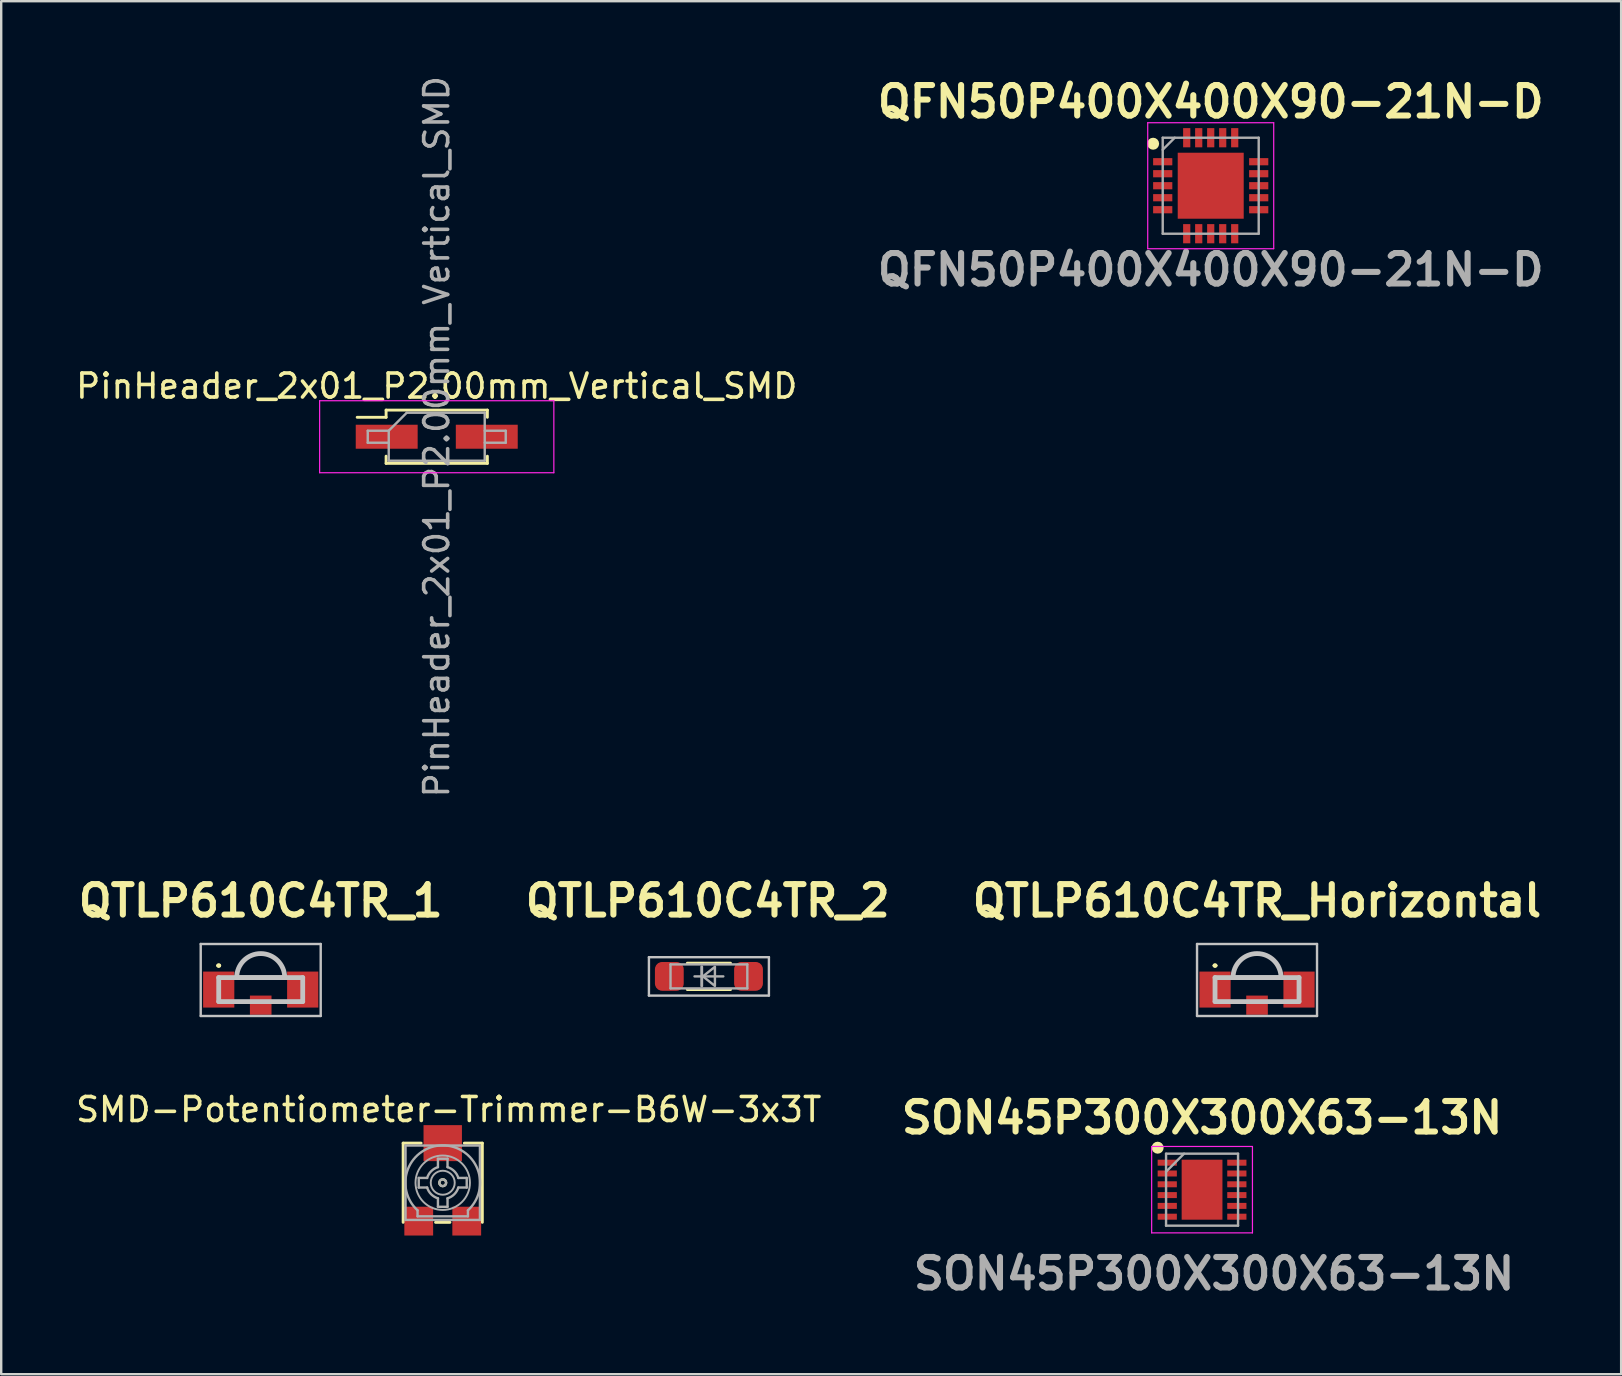
<source format=kicad_pcb>
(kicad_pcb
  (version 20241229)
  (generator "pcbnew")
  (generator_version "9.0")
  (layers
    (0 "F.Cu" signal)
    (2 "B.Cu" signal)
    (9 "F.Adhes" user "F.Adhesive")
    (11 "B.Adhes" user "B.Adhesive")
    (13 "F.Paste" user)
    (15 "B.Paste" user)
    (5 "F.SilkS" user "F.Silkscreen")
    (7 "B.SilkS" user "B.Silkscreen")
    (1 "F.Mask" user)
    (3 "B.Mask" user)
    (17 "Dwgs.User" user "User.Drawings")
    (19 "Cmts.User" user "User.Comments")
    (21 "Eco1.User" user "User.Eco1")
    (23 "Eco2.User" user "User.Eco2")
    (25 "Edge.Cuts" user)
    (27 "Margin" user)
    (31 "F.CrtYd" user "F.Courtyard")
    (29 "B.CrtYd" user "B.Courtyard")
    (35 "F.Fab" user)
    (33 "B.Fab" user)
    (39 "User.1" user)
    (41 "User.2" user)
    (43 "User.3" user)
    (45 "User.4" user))
  (footprint "SMD-Potentiometer-Trimmer-B6W-3x3T"
    (layer "F.Cu")
    (at 15.399 46.235)
    (property "Reference" "SMD-Potentiometer-Trimmer-B6W-3x3T" (at 0.25 -3.05 0) (layer "F.SilkS") (effects (font (size 1 1) (thickness 0.15))))
    (attr through_hole)
    (fp_line (start -1.65 -1.65) (end -1.65 1.65) (stroke (width 0.12) (type solid)) (layer "F.SilkS"))
    (fp_line (start -0.9 -1.65) (end -1.65 -1.65) (stroke (width 0.12) (type solid)) (layer "F.SilkS"))
    (fp_line (start -0.3 1.65) (end 0.3 1.65) (stroke (width 0.12) (type solid)) (layer "F.SilkS"))
    (fp_line (start 0.9 -1.65) (end 1.65 -1.65) (stroke (width 0.12) (type solid)) (layer "F.SilkS"))
    (fp_line (start 1.65 -1.65) (end 1.65 1.65) (stroke (width 0.12) (type solid)) (layer "F.SilkS"))
    (fp_circle (center 0 0) (end 0.1 -0.1) (stroke (width 0.1) (type solid)) (fill no) (layer "F.SilkS"))
    (fp_line (start -1.55 -1.55) (end -1.55 1.55) (stroke (width 0.1) (type solid)) (layer "F.Fab"))
    (fp_line (start -1.05 1.15) (end -1.05 1.4) (stroke (width 0.1) (type solid)) (layer "F.Fab"))
    (fp_line (start -1.05 1.4) (end 1.05 1.4) (stroke (width 0.1) (type solid)) (layer "F.Fab"))
    (fp_line (start -1 -0.2) (end -0.65 -0.2) (stroke (width 0.1) (type solid)) (layer "F.Fab"))
    (fp_line (start -1 0.2) (end -1 -0.2) (stroke (width 0.1) (type solid)) (layer "F.Fab"))
    (fp_line (start -1 0.2) (end -0.65 0.2) (stroke (width 0.1) (type solid)) (layer "F.Fab"))
    (fp_line (start -0.2 -1) (end -0.2 -0.65) (stroke (width 0.1) (type solid)) (layer "F.Fab"))
    (fp_line (start -0.2 -1) (end 0.2 -1) (stroke (width 0.1) (type solid)) (layer "F.Fab"))
    (fp_line (start -0.2 1) (end -0.2 0.65) (stroke (width 0.1) (type solid)) (layer "F.Fab"))
    (fp_line (start 0.199 1.002) (end -0.201 1.002) (stroke (width 0.1) (type solid)) (layer "F.Fab"))
    (fp_line (start 0.2 -1) (end 0.2 -0.65) (stroke (width 0.1) (type solid)) (layer "F.Fab"))
    (fp_line (start 0.2 1) (end 0.2 0.65) (stroke (width 0.1) (type solid)) (layer "F.Fab"))
    (fp_line (start 1 -0.2) (end 0.65 -0.2) (stroke (width 0.1) (type solid)) (layer "F.Fab"))
    (fp_line (start 1 -0.2) (end 1 0.2) (stroke (width 0.1) (type solid)) (layer "F.Fab"))
    (fp_line (start 1 0.2) (end 0.65 0.2) (stroke (width 0.1) (type solid)) (layer "F.Fab"))
    (fp_line (start 1.05 1.4) (end 1.05 1.15) (stroke (width 0.1) (type solid)) (layer "F.Fab"))
    (fp_line (start 1.55 -1.55) (end -1.55 -1.55) (stroke (width 0.1) (type solid)) (layer "F.Fab"))
    (fp_line (start 1.55 -1.55) (end 1.55 1.55) (stroke (width 0.1) (type solid)) (layer "F.Fab"))
    (fp_line (start 1.55 1.55) (end -1.55 1.55) (stroke (width 0.1) (type solid)) (layer "F.Fab"))
    (fp_arc (start -1.050003 1.149997) (mid 0.000002 -1.557241) (end 1.05 1.15) (stroke (width 0.1) (type solid)) (layer "F.Fab"))
    (fp_arc (start -0.650713 -0.197668) (mid -0.481746 -0.480022) (end -0.2 -0.65) (stroke (width 0.1) (type solid)) (layer "F.Fab"))
    (fp_arc (start -0.197668 0.650713) (mid -0.480022 0.481746) (end -0.65 0.2) (stroke (width 0.1) (type solid)) (layer "F.Fab"))
    (fp_arc (start 0.2 -0.65) (mid 0.481746 -0.480022) (end 0.650713 -0.197668) (stroke (width 0.1) (type solid)) (layer "F.Fab"))
    (fp_arc (start 0.65 0.2) (mid 0.480022 0.481746) (end 0.197668 0.650713) (stroke (width 0.1) (type solid)) (layer "F.Fab"))
    (fp_circle (center 0 0) (end 0.1 -0.1) (stroke (width 0.1) (type solid)) (fill no) (layer "F.Fab"))
    (fp_circle (center 0 0) (end 0.5 0) (stroke (width 0.08) (type solid)) (fill no) (layer "F.Fab"))
    (fp_circle (center 0 0) (end 1.134 0) (stroke (width 0.08) (type solid)) (fill no) (layer "F.Fab"))
    (pad "1" smd rect (at -1 1.6) (size 1.2 1.2) (layers "F.Cu" "F.Mask" "F.Paste"))
    (pad "2" smd rect (at 0 -1.65) (size 1.6 1.5) (layers "F.Cu" "F.Mask" "F.Paste"))
    (pad "3" smd rect (at 1 1.6) (size 1.2 1.2) (layers "F.Cu" "F.Mask" "F.Paste")))
  (footprint "QTLP610C4TR_1"
    (layer "F.Cu")
    (at 7.814 37.686)
    (property "Reference" "QTLP610C4TR_1" (at 0 -3.2 0) (layer "F.SilkS") (effects (font (size 1.27 1.27) (thickness 0.254))))
    (attr smd)
    (fp_line (start -1.8 -0.5) (end -1.8 -0.5) (stroke (width 0.1) (type solid)) (layer "F.SilkS"))
    (fp_line (start -1.7 -0.5) (end -1.7 -0.5) (stroke (width 0.1) (type solid)) (layer "F.SilkS"))
    (fp_line (start -0.8 0) (end 0.8 0) (stroke (width 0.1) (type solid)) (layer "F.SilkS"))
    (fp_line (start -0.1 -1) (end 0.1 -1) (stroke (width 0.1) (type solid)) (layer "F.SilkS"))
    (fp_arc (start -1.8 -0.5) (mid -1.75 -0.55) (end -1.7 -0.5) (stroke (width 0.1) (type solid)) (layer "F.SilkS"))
    (fp_arc (start -1.7 -0.5) (mid -1.75 -0.45) (end -1.8 -0.5) (stroke (width 0.1) (type solid)) (layer "F.SilkS"))
    (fp_line (start -2.5 -1.4) (end 2.5 -1.4) (stroke (width 0.1) (type solid)) (layer "Dwgs.User"))
    (fp_line (start -2.5 1.6) (end -2.5 -1.4) (stroke (width 0.1) (type solid)) (layer "Dwgs.User"))
    (fp_line (start -1.75 0) (end 1.75 0) (stroke (width 0.2) (type solid)) (layer "Dwgs.User"))
    (fp_line (start -1.75 1) (end -1.75 0) (stroke (width 0.2) (type solid)) (layer "Dwgs.User"))
    (fp_line (start -1 0) (end 1 0) (stroke (width 0.2) (type solid)) (layer "Dwgs.User"))
    (fp_line (start 1 0) (end 1 0) (stroke (width 0.2) (type solid)) (layer "Dwgs.User"))
    (fp_line (start 1.75 0) (end 1.75 1) (stroke (width 0.2) (type solid)) (layer "Dwgs.User"))
    (fp_line (start 1.75 1) (end -1.75 1) (stroke (width 0.2) (type solid)) (layer "Dwgs.User"))
    (fp_line (start 2.5 -1.4) (end 2.5 1.6) (stroke (width 0.1) (type solid)) (layer "Dwgs.User"))
    (fp_line (start 2.5 1.6) (end -2.5 1.6) (stroke (width 0.1) (type solid)) (layer "Dwgs.User"))
    (fp_arc (start -1 0) (mid 0 -1) (end 1 0) (stroke (width 0.2) (type solid)) (layer "Dwgs.User"))
    (pad "1" smd rect (at -1.75 0.5 90) (size 1.5 1.3) (layers "F.Cu" "F.Mask" "F.Paste"))
    (pad "2" smd rect (at 1.75 0.5 90) (size 1.5 1.3) (layers "F.Cu" "F.Mask" "F.Paste"))
    (pad "3" smd rect (at 0 1.15 90) (size 0.8 0.9) (layers "F.Cu" "F.Mask" "F.Paste")))
  (footprint "QTLP610C4TR_2"
    (layer "F.Cu")
    (at 26.491 37.636)
    (property "Reference" "QTLP610C4TR_2" (at -0.05 -3.15 0) (layer "F.SilkS") (effects (font (size 1.27 1.27) (thickness 0.254))))
    (attr smd)
    (fp_line (start -0.9 -0.55) (end 0.9 -0.55) (stroke (width 0.12) (type solid)) (layer "F.SilkS"))
    (fp_line (start -0.9 0.55) (end 0.9 0.55) (stroke (width 0.12) (type solid)) (layer "F.SilkS"))
    (fp_line (start -2.5 -0.8) (end 2.5 -0.8) (stroke (width 0.1) (type solid)) (layer "Dwgs.User"))
    (fp_line (start -2.5 0.8) (end -2.5 -0.8) (stroke (width 0.1) (type solid)) (layer "Dwgs.User"))
    (fp_line (start 2.5 -0.8) (end 2.5 0.8) (stroke (width 0.1) (type solid)) (layer "Dwgs.User"))
    (fp_line (start 2.5 0.8) (end -2.5 0.8) (stroke (width 0.1) (type solid)) (layer "Dwgs.User"))
    (fp_line (start -1.6 -0.5) (end 1.6 -0.5) (stroke (width 0.1) (type solid)) (layer "F.Fab"))
    (fp_line (start -1.6 0.5) (end -1.6 -0.5) (stroke (width 0.1) (type solid)) (layer "F.Fab"))
    (fp_line (start -0.6 0) (end 0.6 0) (stroke (width 0.1) (type solid)) (layer "F.Fab"))
    (fp_line (start -0.3 -0.4) (end -0.3 0.4) (stroke (width 0.12) (type solid)) (layer "F.Fab"))
    (fp_line (start 1.6 -0.5) (end 1.6 0.5) (stroke (width 0.1) (type solid)) (layer "F.Fab"))
    (fp_line (start 1.6 0.5) (end -1.6 0.5) (stroke (width 0.1) (type solid)) (layer "F.Fab"))
    (fp_poly (pts (xy -0.25 0) (xy 0.25 -0.4) (xy 0.25 0.4)) (stroke (width 0.1) (type solid)) (fill no) (layer "F.Fab"))
    (pad "1" smd roundrect (at -1.65 0 90) (size 1.2 1.2) (layers "F.Cu" "F.Mask" "F.Paste") (roundrect_rratio 0.25))
    (pad "2" smd roundrect (at 1.65 0 90) (size 1.2 1.2) (layers "F.Cu" "F.Mask" "F.Paste") (roundrect_rratio 0.25)))
  (footprint "SON45P300X300X63-13N"
    (layer "F.Cu")
    (at 47.04 46.525)
    (property "Reference" "SON45P300X300X63-13N" (at 0 -3 0) (layer "F.SilkS") (effects (font (size 1.27 1.27) (thickness 0.254))))
    (attr smd)
    (fp_circle (center -1.85 -1.75) (end -1.85 -1.625) (stroke (width 0.25) (type solid)) (fill no) (layer "F.SilkS"))
    (fp_line (start -2.1 -1.8) (end 2.1 -1.8) (stroke (width 0.05) (type solid)) (layer "F.CrtYd"))
    (fp_line (start -2.1 1.8) (end -2.1 -1.8) (stroke (width 0.05) (type solid)) (layer "F.CrtYd"))
    (fp_line (start 2.1 -1.8) (end 2.1 1.8) (stroke (width 0.05) (type solid)) (layer "F.CrtYd"))
    (fp_line (start 2.1 1.8) (end -2.1 1.8) (stroke (width 0.05) (type solid)) (layer "F.CrtYd"))
    (fp_line (start -1.5 -1.5) (end 1.5 -1.5) (stroke (width 0.1) (type solid)) (layer "F.Fab"))
    (fp_line (start -1.5 -0.75) (end -0.75 -1.5) (stroke (width 0.1) (type solid)) (layer "F.Fab"))
    (fp_line (start -1.5 1.5) (end -1.5 -1.5) (stroke (width 0.1) (type solid)) (layer "F.Fab"))
    (fp_line (start 1.5 -1.5) (end 1.5 1.5) (stroke (width 0.1) (type solid)) (layer "F.Fab"))
    (fp_line (start 1.5 1.5) (end -1.5 1.5) (stroke (width 0.1) (type solid)) (layer "F.Fab"))
    (fp_text user "${REFERENCE}" (at 0.5 3.5 0) (layer "F.Fab") (effects (font (size 1.27 1.27) (thickness 0.254))))
    (pad "1" smd rect (at -1.45 -1.125 90) (size 0.25 0.8) (layers "F.Cu" "F.Mask" "F.Paste"))
    (pad "2" smd rect (at -1.45 -0.675 90) (size 0.25 0.8) (layers "F.Cu" "F.Mask" "F.Paste"))
    (pad "3" smd rect (at -1.45 -0.225 90) (size 0.25 0.8) (layers "F.Cu" "F.Mask" "F.Paste"))
    (pad "4" smd rect (at -1.45 0.225 90) (size 0.25 0.8) (layers "F.Cu" "F.Mask" "F.Paste"))
    (pad "5" smd rect (at -1.45 0.675 90) (size 0.25 0.8) (layers "F.Cu" "F.Mask" "F.Paste"))
    (pad "6" smd rect (at -1.45 1.125 90) (size 0.25 0.8) (layers "F.Cu" "F.Mask" "F.Paste"))
    (pad "7" smd rect (at 1.45 1.125 90) (size 0.25 0.8) (layers "F.Cu" "F.Mask" "F.Paste"))
    (pad "8" smd rect (at 1.45 0.675 90) (size 0.25 0.8) (layers "F.Cu" "F.Mask" "F.Paste"))
    (pad "9" smd rect (at 1.45 0.225 90) (size 0.25 0.8) (layers "F.Cu" "F.Mask" "F.Paste"))
    (pad "10" smd rect (at 1.45 -0.225 90) (size 0.25 0.8) (layers "F.Cu" "F.Mask" "F.Paste"))
    (pad "11" smd rect (at 1.45 -0.675 90) (size 0.25 0.8) (layers "F.Cu" "F.Mask" "F.Paste"))
    (pad "12" smd rect (at 1.45 -1.125 90) (size 0.25 0.8) (layers "F.Cu" "F.Mask" "F.Paste"))
    (pad "13" smd rect (at 0 0) (size 1.7 2.5) (layers "F.Cu" "F.Mask" "F.Paste")))
  (footprint "QTLP610C4TR_Horizontal"
    (layer "F.Cu")
    (at 49.331 37.686)
    (property "Reference" "QTLP610C4TR_Horizontal" (at 0 -3.2 0) (layer "F.SilkS") (effects (font (size 1.27 1.27) (thickness 0.254))))
    (attr smd)
    (fp_line (start -1.8 -0.5) (end -1.8 -0.5) (stroke (width 0.1) (type solid)) (layer "F.SilkS"))
    (fp_line (start -1.7 -0.5) (end -1.7 -0.5) (stroke (width 0.1) (type solid)) (layer "F.SilkS"))
    (fp_line (start -0.8 0) (end 0.8 0) (stroke (width 0.1) (type solid)) (layer "F.SilkS"))
    (fp_line (start -0.1 -1) (end 0.1 -1) (stroke (width 0.1) (type solid)) (layer "F.SilkS"))
    (fp_arc (start -1.8 -0.5) (mid -1.75 -0.55) (end -1.7 -0.5) (stroke (width 0.1) (type solid)) (layer "F.SilkS"))
    (fp_arc (start -1.7 -0.5) (mid -1.75 -0.45) (end -1.8 -0.5) (stroke (width 0.1) (type solid)) (layer "F.SilkS"))
    (fp_line (start -2.5 -1.4) (end 2.5 -1.4) (stroke (width 0.1) (type solid)) (layer "Dwgs.User"))
    (fp_line (start -2.5 1.6) (end -2.5 -1.4) (stroke (width 0.1) (type solid)) (layer "Dwgs.User"))
    (fp_line (start -1.75 0) (end 1.75 0) (stroke (width 0.2) (type solid)) (layer "Dwgs.User"))
    (fp_line (start -1.75 1) (end -1.75 0) (stroke (width 0.2) (type solid)) (layer "Dwgs.User"))
    (fp_line (start -1 0) (end 1 0) (stroke (width 0.2) (type solid)) (layer "Dwgs.User"))
    (fp_line (start 1 0) (end 1 0) (stroke (width 0.2) (type solid)) (layer "Dwgs.User"))
    (fp_line (start 1.75 0) (end 1.75 1) (stroke (width 0.2) (type solid)) (layer "Dwgs.User"))
    (fp_line (start 1.75 1) (end -1.75 1) (stroke (width 0.2) (type solid)) (layer "Dwgs.User"))
    (fp_line (start 2.5 -1.4) (end 2.5 1.6) (stroke (width 0.1) (type solid)) (layer "Dwgs.User"))
    (fp_line (start 2.5 1.6) (end -2.5 1.6) (stroke (width 0.1) (type solid)) (layer "Dwgs.User"))
    (fp_arc (start -1 0) (mid 0 -1) (end 1 0) (stroke (width 0.2) (type solid)) (layer "Dwgs.User"))
    (pad "1" smd rect (at -1.75 0.5 90) (size 1.5 1.3) (layers "F.Cu" "F.Mask" "F.Paste"))
    (pad "2" smd rect (at 1.75 0.5 90) (size 1.5 1.3) (layers "F.Cu" "F.Mask" "F.Paste"))
    (pad "3" smd rect (at 0 1.15 90) (size 0.8 0.9) (layers "F.Cu" "F.Mask" "F.Paste")))
  (footprint "QFN50P400X400X90-21N-D"
    (layer "F.Cu")
    (at 47.401 4.689)
    (property "Reference" "QFN50P400X400X90-21N-D" (at 0 -3.5 0) (layer "F.SilkS") (effects (font (size 1.27 1.27) (thickness 0.254))))
    (attr smd)
    (fp_circle (center -2.4 -1.75) (end -2.4 -1.625) (stroke (width 0.25) (type solid)) (fill no) (layer "F.SilkS"))
    (fp_line (start -2.625 -2.625) (end 2.625 -2.625) (stroke (width 0.05) (type solid)) (layer "F.CrtYd"))
    (fp_line (start -2.625 2.625) (end -2.625 -2.625) (stroke (width 0.05) (type solid)) (layer "F.CrtYd"))
    (fp_line (start 2.625 -2.625) (end 2.625 2.625) (stroke (width 0.05) (type solid)) (layer "F.CrtYd"))
    (fp_line (start 2.625 2.625) (end -2.625 2.625) (stroke (width 0.05) (type solid)) (layer "F.CrtYd"))
    (fp_line (start -2 -2) (end 2 -2) (stroke (width 0.1) (type solid)) (layer "F.Fab"))
    (fp_line (start -2 -1.5) (end -1.5 -2) (stroke (width 0.1) (type solid)) (layer "F.Fab"))
    (fp_line (start -2 2) (end -2 -2) (stroke (width 0.1) (type solid)) (layer "F.Fab"))
    (fp_line (start 2 -2) (end 2 2) (stroke (width 0.1) (type solid)) (layer "F.Fab"))
    (fp_line (start 2 2) (end -2 2) (stroke (width 0.1) (type solid)) (layer "F.Fab"))
    (fp_text user "${REFERENCE}" (at 0 3.5 0) (layer "F.Fab") (effects (font (size 1.27 1.27) (thickness 0.254))))
    (pad "1" smd rect (at -2 -1 90) (size 0.3 0.8) (layers "F.Cu" "F.Mask" "F.Paste"))
    (pad "2" smd rect (at -2 -0.5 90) (size 0.3 0.8) (layers "F.Cu" "F.Mask" "F.Paste"))
    (pad "3" smd rect (at -2 0 90) (size 0.3 0.8) (layers "F.Cu" "F.Mask" "F.Paste"))
    (pad "4" smd rect (at -2 0.5 90) (size 0.3 0.8) (layers "F.Cu" "F.Mask" "F.Paste"))
    (pad "5" smd rect (at -2 1 90) (size 0.3 0.8) (layers "F.Cu" "F.Mask" "F.Paste"))
    (pad "6" smd rect (at -1 2) (size 0.3 0.8) (layers "F.Cu" "F.Mask" "F.Paste"))
    (pad "7" smd rect (at -0.5 2) (size 0.3 0.8) (layers "F.Cu" "F.Mask" "F.Paste"))
    (pad "8" smd rect (at 0 2) (size 0.3 0.8) (layers "F.Cu" "F.Mask" "F.Paste"))
    (pad "9" smd rect (at 0.5 2) (size 0.3 0.8) (layers "F.Cu" "F.Mask" "F.Paste"))
    (pad "10" smd rect (at 1 2) (size 0.3 0.8) (layers "F.Cu" "F.Mask" "F.Paste"))
    (pad "11" smd rect (at 2 1 90) (size 0.3 0.8) (layers "F.Cu" "F.Mask" "F.Paste"))
    (pad "12" smd rect (at 2 0.5 90) (size 0.3 0.8) (layers "F.Cu" "F.Mask" "F.Paste"))
    (pad "13" smd rect (at 2 0 90) (size 0.3 0.8) (layers "F.Cu" "F.Mask" "F.Paste"))
    (pad "14" smd rect (at 2 -0.5 90) (size 0.3 0.8) (layers "F.Cu" "F.Mask" "F.Paste"))
    (pad "15" smd rect (at 2 -1 90) (size 0.3 0.8) (layers "F.Cu" "F.Mask" "F.Paste"))
    (pad "16" smd rect (at 1 -2) (size 0.3 0.8) (layers "F.Cu" "F.Mask" "F.Paste"))
    (pad "17" smd rect (at 0.5 -2) (size 0.3 0.8) (layers "F.Cu" "F.Mask" "F.Paste"))
    (pad "18" smd rect (at 0 -2) (size 0.3 0.8) (layers "F.Cu" "F.Mask" "F.Paste"))
    (pad "19" smd rect (at -0.5 -2) (size 0.3 0.8) (layers "F.Cu" "F.Mask" "F.Paste"))
    (pad "20" smd rect (at -1 -2) (size 0.3 0.8) (layers "F.Cu" "F.Mask" "F.Paste"))
    (pad "21" smd rect (at 0 0) (size 2.75 2.75) (layers "F.Cu" "F.Mask" "F.Paste")))
  (footprint "PinHeader_2x01_P2.00mm_Vertical_SMD"
    (layer "F.Cu")
    (at 15.149 15.149)
    (property "Reference" "PinHeader_2x01_P2.00mm_Vertical_SMD" (at 0 -2.11 0) (layer "F.SilkS") (effects (font (size 1 1) (thickness 0.15))))
    (attr smd)
    (fp_line (start -3.315 -0.81) (end -2.11 -0.81) (stroke (width 0.12) (type solid)) (layer "F.SilkS"))
    (fp_line (start -2.11 -1.11) (end -2.11 -0.81) (stroke (width 0.12) (type solid)) (layer "F.SilkS"))
    (fp_line (start -2.11 -1.11) (end 2.11 -1.11) (stroke (width 0.12) (type solid)) (layer "F.SilkS"))
    (fp_line (start -2.11 0.81) (end -2.11 1.11) (stroke (width 0.12) (type solid)) (layer "F.SilkS"))
    (fp_line (start -2.11 1.11) (end 2.11 1.11) (stroke (width 0.12) (type solid)) (layer "F.SilkS"))
    (fp_line (start 2.11 -1.11) (end 2.11 -0.81) (stroke (width 0.12) (type solid)) (layer "F.SilkS"))
    (fp_line (start 2.11 0.81) (end 2.11 1.11) (stroke (width 0.12) (type solid)) (layer "F.SilkS"))
    (fp_line (start -4.88 -1.5) (end -4.88 1.5) (stroke (width 0.05) (type solid)) (layer "F.CrtYd"))
    (fp_line (start -4.88 1.5) (end 4.88 1.5) (stroke (width 0.05) (type solid)) (layer "F.CrtYd"))
    (fp_line (start 4.88 -1.5) (end -4.88 -1.5) (stroke (width 0.05) (type solid)) (layer "F.CrtYd"))
    (fp_line (start 4.88 1.5) (end 4.88 -1.5) (stroke (width 0.05) (type solid)) (layer "F.CrtYd"))
    (fp_line (start -2.875 -0.25) (end -2.875 0.25) (stroke (width 0.1) (type solid)) (layer "F.Fab"))
    (fp_line (start -2.875 0.25) (end -2 0.25) (stroke (width 0.1) (type solid)) (layer "F.Fab"))
    (fp_line (start -2 -0.25) (end -2.875 -0.25) (stroke (width 0.1) (type solid)) (layer "F.Fab"))
    (fp_line (start -2 -0.25) (end -1.25 -1) (stroke (width 0.1) (type solid)) (layer "F.Fab"))
    (fp_line (start -2 1) (end -2 -0.25) (stroke (width 0.1) (type solid)) (layer "F.Fab"))
    (fp_line (start -1.25 -1) (end 2 -1) (stroke (width 0.1) (type solid)) (layer "F.Fab"))
    (fp_line (start 2 -1) (end 2 1) (stroke (width 0.1) (type solid)) (layer "F.Fab"))
    (fp_line (start 2 -0.25) (end 2.875 -0.25) (stroke (width 0.1) (type solid)) (layer "F.Fab"))
    (fp_line (start 2 1) (end -2 1) (stroke (width 0.1) (type solid)) (layer "F.Fab"))
    (fp_line (start 2.875 -0.25) (end 2.875 0.25) (stroke (width 0.1) (type solid)) (layer "F.Fab"))
    (fp_line (start 2.875 0.25) (end 2 0.25) (stroke (width 0.1) (type solid)) (layer "F.Fab"))
    (fp_text user "${REFERENCE}" (at 0 0 90) (layer "F.Fab") (effects (font (size 1 1) (thickness 0.15))))
    (pad "1" smd rect (at -2.085 0) (size 2.58 1) (layers "F.Cu" "F.Mask" "F.Paste"))
    (pad "2" smd rect (at 2.085 0) (size 2.58 1) (layers "F.Cu" "F.Mask" "F.Paste")))
  (gr_rect
    (start -3 -3)
    (end 64.504 54.214)
    (stroke (width 0.1) (type default))
    (fill no)
    (layer "Edge.Cuts")))
</source>
